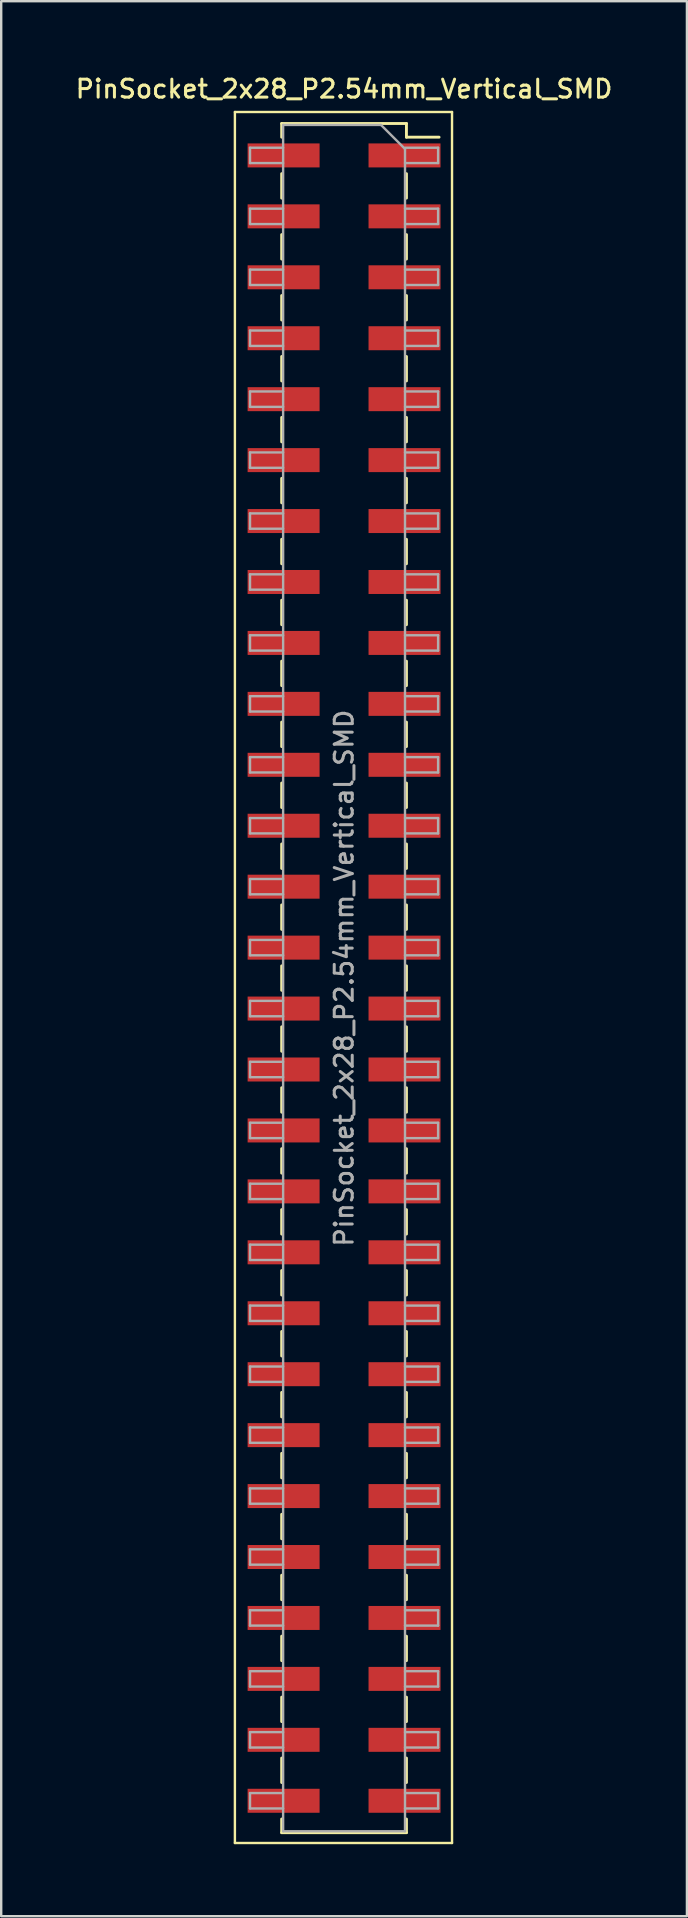
<source format=kicad_pcb>
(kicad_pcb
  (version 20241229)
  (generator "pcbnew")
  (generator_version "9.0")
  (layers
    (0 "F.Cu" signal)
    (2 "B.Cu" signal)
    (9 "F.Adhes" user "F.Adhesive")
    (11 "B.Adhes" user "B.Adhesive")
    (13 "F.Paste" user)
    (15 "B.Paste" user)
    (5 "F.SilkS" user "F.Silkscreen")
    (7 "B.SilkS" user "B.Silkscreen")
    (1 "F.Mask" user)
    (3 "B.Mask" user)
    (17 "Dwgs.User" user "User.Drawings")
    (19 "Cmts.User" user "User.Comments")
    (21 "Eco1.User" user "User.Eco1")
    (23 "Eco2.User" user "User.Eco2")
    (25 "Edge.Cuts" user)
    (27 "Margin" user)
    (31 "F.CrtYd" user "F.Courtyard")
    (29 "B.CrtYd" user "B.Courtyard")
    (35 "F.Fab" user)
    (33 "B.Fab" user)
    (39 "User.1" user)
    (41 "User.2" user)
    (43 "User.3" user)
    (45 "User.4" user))
  (footprint "PinSocket_2x28_P2.54mm_Vertical_SMD"
    (layer "F.Cu")
    (at 11.291 37.718)
    (property "Reference" "PinSocket_2x28_P2.54mm_Vertical_SMD" (at 0 -37.06 0) (layer "F.SilkS") (effects (font (size 0.75 0.75) (thickness 0.125))))
    (attr smd)
    (fp_line (start -4.55 -36.1) (end 4.5 -36.1) (stroke (width 0.1) (type solid)) (layer "F.SilkS"))
    (fp_line (start -4.55 36.05) (end -4.55 -36.1) (stroke (width 0.1) (type solid)) (layer "F.SilkS"))
    (fp_line (start -2.6 -35.62) (end -2.6 -35.05) (stroke (width 0.12) (type solid)) (layer "F.SilkS"))
    (fp_line (start -2.6 -35.62) (end 2.6 -35.62) (stroke (width 0.12) (type solid)) (layer "F.SilkS"))
    (fp_line (start -2.6 -33.53) (end -2.6 -32.51) (stroke (width 0.12) (type solid)) (layer "F.SilkS"))
    (fp_line (start -2.6 -30.99) (end -2.6 -29.97) (stroke (width 0.12) (type solid)) (layer "F.SilkS"))
    (fp_line (start -2.6 -28.45) (end -2.6 -27.43) (stroke (width 0.12) (type solid)) (layer "F.SilkS"))
    (fp_line (start -2.6 -25.91) (end -2.6 -24.89) (stroke (width 0.12) (type solid)) (layer "F.SilkS"))
    (fp_line (start -2.6 -23.37) (end -2.6 -22.35) (stroke (width 0.12) (type solid)) (layer "F.SilkS"))
    (fp_line (start -2.6 -20.83) (end -2.6 -19.81) (stroke (width 0.12) (type solid)) (layer "F.SilkS"))
    (fp_line (start -2.6 -18.29) (end -2.6 -17.27) (stroke (width 0.12) (type solid)) (layer "F.SilkS"))
    (fp_line (start -2.6 -15.75) (end -2.6 -14.73) (stroke (width 0.12) (type solid)) (layer "F.SilkS"))
    (fp_line (start -2.6 -13.21) (end -2.6 -12.19) (stroke (width 0.12) (type solid)) (layer "F.SilkS"))
    (fp_line (start -2.6 -10.67) (end -2.6 -9.65) (stroke (width 0.12) (type solid)) (layer "F.SilkS"))
    (fp_line (start -2.6 -8.13) (end -2.6 -7.11) (stroke (width 0.12) (type solid)) (layer "F.SilkS"))
    (fp_line (start -2.6 -5.59) (end -2.6 -4.57) (stroke (width 0.12) (type solid)) (layer "F.SilkS"))
    (fp_line (start -2.6 -3.05) (end -2.6 -2.03) (stroke (width 0.12) (type solid)) (layer "F.SilkS"))
    (fp_line (start -2.6 -0.51) (end -2.6 0.51) (stroke (width 0.12) (type solid)) (layer "F.SilkS"))
    (fp_line (start -2.6 2.03) (end -2.6 3.05) (stroke (width 0.12) (type solid)) (layer "F.SilkS"))
    (fp_line (start -2.6 4.57) (end -2.6 5.59) (stroke (width 0.12) (type solid)) (layer "F.SilkS"))
    (fp_line (start -2.6 7.11) (end -2.6 8.13) (stroke (width 0.12) (type solid)) (layer "F.SilkS"))
    (fp_line (start -2.6 9.65) (end -2.6 10.67) (stroke (width 0.12) (type solid)) (layer "F.SilkS"))
    (fp_line (start -2.6 12.19) (end -2.6 13.21) (stroke (width 0.12) (type solid)) (layer "F.SilkS"))
    (fp_line (start -2.6 14.73) (end -2.6 15.75) (stroke (width 0.12) (type solid)) (layer "F.SilkS"))
    (fp_line (start -2.6 17.27) (end -2.6 18.29) (stroke (width 0.12) (type solid)) (layer "F.SilkS"))
    (fp_line (start -2.6 19.81) (end -2.6 20.83) (stroke (width 0.12) (type solid)) (layer "F.SilkS"))
    (fp_line (start -2.6 22.35) (end -2.6 23.37) (stroke (width 0.12) (type solid)) (layer "F.SilkS"))
    (fp_line (start -2.6 24.89) (end -2.6 25.91) (stroke (width 0.12) (type solid)) (layer "F.SilkS"))
    (fp_line (start -2.6 27.43) (end -2.6 28.45) (stroke (width 0.12) (type solid)) (layer "F.SilkS"))
    (fp_line (start -2.6 29.97) (end -2.6 30.99) (stroke (width 0.12) (type solid)) (layer "F.SilkS"))
    (fp_line (start -2.6 32.51) (end -2.6 33.53) (stroke (width 0.12) (type solid)) (layer "F.SilkS"))
    (fp_line (start -2.6 35.05) (end -2.6 35.62) (stroke (width 0.12) (type solid)) (layer "F.SilkS"))
    (fp_line (start -2.6 35.62) (end 2.6 35.62) (stroke (width 0.12) (type solid)) (layer "F.SilkS"))
    (fp_line (start 2.6 -35.62) (end 2.6 -35.05) (stroke (width 0.12) (type solid)) (layer "F.SilkS"))
    (fp_line (start 2.6 -35.05) (end 3.96 -35.05) (stroke (width 0.12) (type solid)) (layer "F.SilkS"))
    (fp_line (start 2.6 -33.53) (end 2.6 -32.51) (stroke (width 0.12) (type solid)) (layer "F.SilkS"))
    (fp_line (start 2.6 -30.99) (end 2.6 -29.97) (stroke (width 0.12) (type solid)) (layer "F.SilkS"))
    (fp_line (start 2.6 -28.45) (end 2.6 -27.43) (stroke (width 0.12) (type solid)) (layer "F.SilkS"))
    (fp_line (start 2.6 -25.91) (end 2.6 -24.89) (stroke (width 0.12) (type solid)) (layer "F.SilkS"))
    (fp_line (start 2.6 -23.37) (end 2.6 -22.35) (stroke (width 0.12) (type solid)) (layer "F.SilkS"))
    (fp_line (start 2.6 -20.83) (end 2.6 -19.81) (stroke (width 0.12) (type solid)) (layer "F.SilkS"))
    (fp_line (start 2.6 -18.29) (end 2.6 -17.27) (stroke (width 0.12) (type solid)) (layer "F.SilkS"))
    (fp_line (start 2.6 -15.75) (end 2.6 -14.73) (stroke (width 0.12) (type solid)) (layer "F.SilkS"))
    (fp_line (start 2.6 -13.21) (end 2.6 -12.19) (stroke (width 0.12) (type solid)) (layer "F.SilkS"))
    (fp_line (start 2.6 -10.67) (end 2.6 -9.65) (stroke (width 0.12) (type solid)) (layer "F.SilkS"))
    (fp_line (start 2.6 -8.13) (end 2.6 -7.11) (stroke (width 0.12) (type solid)) (layer "F.SilkS"))
    (fp_line (start 2.6 -5.59) (end 2.6 -4.57) (stroke (width 0.12) (type solid)) (layer "F.SilkS"))
    (fp_line (start 2.6 -3.05) (end 2.6 -2.03) (stroke (width 0.12) (type solid)) (layer "F.SilkS"))
    (fp_line (start 2.6 -0.51) (end 2.6 0.51) (stroke (width 0.12) (type solid)) (layer "F.SilkS"))
    (fp_line (start 2.6 2.03) (end 2.6 3.05) (stroke (width 0.12) (type solid)) (layer "F.SilkS"))
    (fp_line (start 2.6 4.57) (end 2.6 5.59) (stroke (width 0.12) (type solid)) (layer "F.SilkS"))
    (fp_line (start 2.6 7.11) (end 2.6 8.13) (stroke (width 0.12) (type solid)) (layer "F.SilkS"))
    (fp_line (start 2.6 9.65) (end 2.6 10.67) (stroke (width 0.12) (type solid)) (layer "F.SilkS"))
    (fp_line (start 2.6 12.19) (end 2.6 13.21) (stroke (width 0.12) (type solid)) (layer "F.SilkS"))
    (fp_line (start 2.6 14.73) (end 2.6 15.75) (stroke (width 0.12) (type solid)) (layer "F.SilkS"))
    (fp_line (start 2.6 17.27) (end 2.6 18.29) (stroke (width 0.12) (type solid)) (layer "F.SilkS"))
    (fp_line (start 2.6 19.81) (end 2.6 20.83) (stroke (width 0.12) (type solid)) (layer "F.SilkS"))
    (fp_line (start 2.6 22.35) (end 2.6 23.37) (stroke (width 0.12) (type solid)) (layer "F.SilkS"))
    (fp_line (start 2.6 24.89) (end 2.6 25.91) (stroke (width 0.12) (type solid)) (layer "F.SilkS"))
    (fp_line (start 2.6 27.43) (end 2.6 28.45) (stroke (width 0.12) (type solid)) (layer "F.SilkS"))
    (fp_line (start 2.6 29.97) (end 2.6 30.99) (stroke (width 0.12) (type solid)) (layer "F.SilkS"))
    (fp_line (start 2.6 32.51) (end 2.6 33.53) (stroke (width 0.12) (type solid)) (layer "F.SilkS"))
    (fp_line (start 2.6 35.05) (end 2.6 35.62) (stroke (width 0.12) (type solid)) (layer "F.SilkS"))
    (fp_line (start 4.5 -36.1) (end 4.5 36.05) (stroke (width 0.1) (type solid)) (layer "F.SilkS"))
    (fp_line (start 4.5 36.05) (end -4.55 36.05) (stroke (width 0.1) (type solid)) (layer "F.SilkS"))
    (fp_line (start -3.92 -34.61) (end -2.54 -34.61) (stroke (width 0.1) (type solid)) (layer "F.Fab"))
    (fp_line (start -3.92 -33.97) (end -3.92 -34.61) (stroke (width 0.1) (type solid)) (layer "F.Fab"))
    (fp_line (start -3.92 -32.07) (end -2.54 -32.07) (stroke (width 0.1) (type solid)) (layer "F.Fab"))
    (fp_line (start -3.92 -31.43) (end -3.92 -32.07) (stroke (width 0.1) (type solid)) (layer "F.Fab"))
    (fp_line (start -3.92 -29.53) (end -2.54 -29.53) (stroke (width 0.1) (type solid)) (layer "F.Fab"))
    (fp_line (start -3.92 -28.89) (end -3.92 -29.53) (stroke (width 0.1) (type solid)) (layer "F.Fab"))
    (fp_line (start -3.92 -26.99) (end -2.54 -26.99) (stroke (width 0.1) (type solid)) (layer "F.Fab"))
    (fp_line (start -3.92 -26.35) (end -3.92 -26.99) (stroke (width 0.1) (type solid)) (layer "F.Fab"))
    (fp_line (start -3.92 -24.45) (end -2.54 -24.45) (stroke (width 0.1) (type solid)) (layer "F.Fab"))
    (fp_line (start -3.92 -23.81) (end -3.92 -24.45) (stroke (width 0.1) (type solid)) (layer "F.Fab"))
    (fp_line (start -3.92 -21.91) (end -2.54 -21.91) (stroke (width 0.1) (type solid)) (layer "F.Fab"))
    (fp_line (start -3.92 -21.27) (end -3.92 -21.91) (stroke (width 0.1) (type solid)) (layer "F.Fab"))
    (fp_line (start -3.92 -19.37) (end -2.54 -19.37) (stroke (width 0.1) (type solid)) (layer "F.Fab"))
    (fp_line (start -3.92 -18.73) (end -3.92 -19.37) (stroke (width 0.1) (type solid)) (layer "F.Fab"))
    (fp_line (start -3.92 -16.83) (end -2.54 -16.83) (stroke (width 0.1) (type solid)) (layer "F.Fab"))
    (fp_line (start -3.92 -16.19) (end -3.92 -16.83) (stroke (width 0.1) (type solid)) (layer "F.Fab"))
    (fp_line (start -3.92 -14.29) (end -2.54 -14.29) (stroke (width 0.1) (type solid)) (layer "F.Fab"))
    (fp_line (start -3.92 -13.65) (end -3.92 -14.29) (stroke (width 0.1) (type solid)) (layer "F.Fab"))
    (fp_line (start -3.92 -11.75) (end -2.54 -11.75) (stroke (width 0.1) (type solid)) (layer "F.Fab"))
    (fp_line (start -3.92 -11.11) (end -3.92 -11.75) (stroke (width 0.1) (type solid)) (layer "F.Fab"))
    (fp_line (start -3.92 -9.21) (end -2.54 -9.21) (stroke (width 0.1) (type solid)) (layer "F.Fab"))
    (fp_line (start -3.92 -8.57) (end -3.92 -9.21) (stroke (width 0.1) (type solid)) (layer "F.Fab"))
    (fp_line (start -3.92 -6.67) (end -2.54 -6.67) (stroke (width 0.1) (type solid)) (layer "F.Fab"))
    (fp_line (start -3.92 -6.03) (end -3.92 -6.67) (stroke (width 0.1) (type solid)) (layer "F.Fab"))
    (fp_line (start -3.92 -4.13) (end -2.54 -4.13) (stroke (width 0.1) (type solid)) (layer "F.Fab"))
    (fp_line (start -3.92 -3.49) (end -3.92 -4.13) (stroke (width 0.1) (type solid)) (layer "F.Fab"))
    (fp_line (start -3.92 -1.59) (end -2.54 -1.59) (stroke (width 0.1) (type solid)) (layer "F.Fab"))
    (fp_line (start -3.92 -0.95) (end -3.92 -1.59) (stroke (width 0.1) (type solid)) (layer "F.Fab"))
    (fp_line (start -3.92 0.95) (end -2.54 0.95) (stroke (width 0.1) (type solid)) (layer "F.Fab"))
    (fp_line (start -3.92 1.59) (end -3.92 0.95) (stroke (width 0.1) (type solid)) (layer "F.Fab"))
    (fp_line (start -3.92 3.49) (end -2.54 3.49) (stroke (width 0.1) (type solid)) (layer "F.Fab"))
    (fp_line (start -3.92 4.13) (end -3.92 3.49) (stroke (width 0.1) (type solid)) (layer "F.Fab"))
    (fp_line (start -3.92 6.03) (end -2.54 6.03) (stroke (width 0.1) (type solid)) (layer "F.Fab"))
    (fp_line (start -3.92 6.67) (end -3.92 6.03) (stroke (width 0.1) (type solid)) (layer "F.Fab"))
    (fp_line (start -3.92 8.57) (end -2.54 8.57) (stroke (width 0.1) (type solid)) (layer "F.Fab"))
    (fp_line (start -3.92 9.21) (end -3.92 8.57) (stroke (width 0.1) (type solid)) (layer "F.Fab"))
    (fp_line (start -3.92 11.11) (end -2.54 11.11) (stroke (width 0.1) (type solid)) (layer "F.Fab"))
    (fp_line (start -3.92 11.75) (end -3.92 11.11) (stroke (width 0.1) (type solid)) (layer "F.Fab"))
    (fp_line (start -3.92 13.65) (end -2.54 13.65) (stroke (width 0.1) (type solid)) (layer "F.Fab"))
    (fp_line (start -3.92 14.29) (end -3.92 13.65) (stroke (width 0.1) (type solid)) (layer "F.Fab"))
    (fp_line (start -3.92 16.19) (end -2.54 16.19) (stroke (width 0.1) (type solid)) (layer "F.Fab"))
    (fp_line (start -3.92 16.83) (end -3.92 16.19) (stroke (width 0.1) (type solid)) (layer "F.Fab"))
    (fp_line (start -3.92 18.73) (end -2.54 18.73) (stroke (width 0.1) (type solid)) (layer "F.Fab"))
    (fp_line (start -3.92 19.37) (end -3.92 18.73) (stroke (width 0.1) (type solid)) (layer "F.Fab"))
    (fp_line (start -3.92 21.27) (end -2.54 21.27) (stroke (width 0.1) (type solid)) (layer "F.Fab"))
    (fp_line (start -3.92 21.91) (end -3.92 21.27) (stroke (width 0.1) (type solid)) (layer "F.Fab"))
    (fp_line (start -3.92 23.81) (end -2.54 23.81) (stroke (width 0.1) (type solid)) (layer "F.Fab"))
    (fp_line (start -3.92 24.45) (end -3.92 23.81) (stroke (width 0.1) (type solid)) (layer "F.Fab"))
    (fp_line (start -3.92 26.35) (end -2.54 26.35) (stroke (width 0.1) (type solid)) (layer "F.Fab"))
    (fp_line (start -3.92 26.99) (end -3.92 26.35) (stroke (width 0.1) (type solid)) (layer "F.Fab"))
    (fp_line (start -3.92 28.89) (end -2.54 28.89) (stroke (width 0.1) (type solid)) (layer "F.Fab"))
    (fp_line (start -3.92 29.53) (end -3.92 28.89) (stroke (width 0.1) (type solid)) (layer "F.Fab"))
    (fp_line (start -3.92 31.43) (end -2.54 31.43) (stroke (width 0.1) (type solid)) (layer "F.Fab"))
    (fp_line (start -3.92 32.07) (end -3.92 31.43) (stroke (width 0.1) (type solid)) (layer "F.Fab"))
    (fp_line (start -3.92 33.97) (end -2.54 33.97) (stroke (width 0.1) (type solid)) (layer "F.Fab"))
    (fp_line (start -3.92 34.61) (end -3.92 33.97) (stroke (width 0.1) (type solid)) (layer "F.Fab"))
    (fp_line (start -2.54 -35.56) (end 1.54 -35.56) (stroke (width 0.1) (type solid)) (layer "F.Fab"))
    (fp_line (start -2.54 -33.97) (end -3.92 -33.97) (stroke (width 0.1) (type solid)) (layer "F.Fab"))
    (fp_line (start -2.54 -31.43) (end -3.92 -31.43) (stroke (width 0.1) (type solid)) (layer "F.Fab"))
    (fp_line (start -2.54 -28.89) (end -3.92 -28.89) (stroke (width 0.1) (type solid)) (layer "F.Fab"))
    (fp_line (start -2.54 -26.35) (end -3.92 -26.35) (stroke (width 0.1) (type solid)) (layer "F.Fab"))
    (fp_line (start -2.54 -23.81) (end -3.92 -23.81) (stroke (width 0.1) (type solid)) (layer "F.Fab"))
    (fp_line (start -2.54 -21.27) (end -3.92 -21.27) (stroke (width 0.1) (type solid)) (layer "F.Fab"))
    (fp_line (start -2.54 -18.73) (end -3.92 -18.73) (stroke (width 0.1) (type solid)) (layer "F.Fab"))
    (fp_line (start -2.54 -16.19) (end -3.92 -16.19) (stroke (width 0.1) (type solid)) (layer "F.Fab"))
    (fp_line (start -2.54 -13.65) (end -3.92 -13.65) (stroke (width 0.1) (type solid)) (layer "F.Fab"))
    (fp_line (start -2.54 -11.11) (end -3.92 -11.11) (stroke (width 0.1) (type solid)) (layer "F.Fab"))
    (fp_line (start -2.54 -8.57) (end -3.92 -8.57) (stroke (width 0.1) (type solid)) (layer "F.Fab"))
    (fp_line (start -2.54 -6.03) (end -3.92 -6.03) (stroke (width 0.1) (type solid)) (layer "F.Fab"))
    (fp_line (start -2.54 -3.49) (end -3.92 -3.49) (stroke (width 0.1) (type solid)) (layer "F.Fab"))
    (fp_line (start -2.54 -0.95) (end -3.92 -0.95) (stroke (width 0.1) (type solid)) (layer "F.Fab"))
    (fp_line (start -2.54 1.59) (end -3.92 1.59) (stroke (width 0.1) (type solid)) (layer "F.Fab"))
    (fp_line (start -2.54 4.13) (end -3.92 4.13) (stroke (width 0.1) (type solid)) (layer "F.Fab"))
    (fp_line (start -2.54 6.67) (end -3.92 6.67) (stroke (width 0.1) (type solid)) (layer "F.Fab"))
    (fp_line (start -2.54 9.21) (end -3.92 9.21) (stroke (width 0.1) (type solid)) (layer "F.Fab"))
    (fp_line (start -2.54 11.75) (end -3.92 11.75) (stroke (width 0.1) (type solid)) (layer "F.Fab"))
    (fp_line (start -2.54 14.29) (end -3.92 14.29) (stroke (width 0.1) (type solid)) (layer "F.Fab"))
    (fp_line (start -2.54 16.83) (end -3.92 16.83) (stroke (width 0.1) (type solid)) (layer "F.Fab"))
    (fp_line (start -2.54 19.37) (end -3.92 19.37) (stroke (width 0.1) (type solid)) (layer "F.Fab"))
    (fp_line (start -2.54 21.91) (end -3.92 21.91) (stroke (width 0.1) (type solid)) (layer "F.Fab"))
    (fp_line (start -2.54 24.45) (end -3.92 24.45) (stroke (width 0.1) (type solid)) (layer "F.Fab"))
    (fp_line (start -2.54 26.99) (end -3.92 26.99) (stroke (width 0.1) (type solid)) (layer "F.Fab"))
    (fp_line (start -2.54 29.53) (end -3.92 29.53) (stroke (width 0.1) (type solid)) (layer "F.Fab"))
    (fp_line (start -2.54 32.07) (end -3.92 32.07) (stroke (width 0.1) (type solid)) (layer "F.Fab"))
    (fp_line (start -2.54 34.61) (end -3.92 34.61) (stroke (width 0.1) (type solid)) (layer "F.Fab"))
    (fp_line (start -2.54 35.56) (end -2.54 -35.56) (stroke (width 0.1) (type solid)) (layer "F.Fab"))
    (fp_line (start 1.54 -35.56) (end 2.54 -34.56) (stroke (width 0.1) (type solid)) (layer "F.Fab"))
    (fp_line (start 2.54 -34.61) (end 3.92 -34.61) (stroke (width 0.1) (type solid)) (layer "F.Fab"))
    (fp_line (start 2.54 -34.56) (end 2.54 35.56) (stroke (width 0.1) (type solid)) (layer "F.Fab"))
    (fp_line (start 2.54 -32.07) (end 3.92 -32.07) (stroke (width 0.1) (type solid)) (layer "F.Fab"))
    (fp_line (start 2.54 -29.53) (end 3.92 -29.53) (stroke (width 0.1) (type solid)) (layer "F.Fab"))
    (fp_line (start 2.54 -26.99) (end 3.92 -26.99) (stroke (width 0.1) (type solid)) (layer "F.Fab"))
    (fp_line (start 2.54 -24.45) (end 3.92 -24.45) (stroke (width 0.1) (type solid)) (layer "F.Fab"))
    (fp_line (start 2.54 -21.91) (end 3.92 -21.91) (stroke (width 0.1) (type solid)) (layer "F.Fab"))
    (fp_line (start 2.54 -19.37) (end 3.92 -19.37) (stroke (width 0.1) (type solid)) (layer "F.Fab"))
    (fp_line (start 2.54 -16.83) (end 3.92 -16.83) (stroke (width 0.1) (type solid)) (layer "F.Fab"))
    (fp_line (start 2.54 -14.29) (end 3.92 -14.29) (stroke (width 0.1) (type solid)) (layer "F.Fab"))
    (fp_line (start 2.54 -11.75) (end 3.92 -11.75) (stroke (width 0.1) (type solid)) (layer "F.Fab"))
    (fp_line (start 2.54 -9.21) (end 3.92 -9.21) (stroke (width 0.1) (type solid)) (layer "F.Fab"))
    (fp_line (start 2.54 -6.67) (end 3.92 -6.67) (stroke (width 0.1) (type solid)) (layer "F.Fab"))
    (fp_line (start 2.54 -4.13) (end 3.92 -4.13) (stroke (width 0.1) (type solid)) (layer "F.Fab"))
    (fp_line (start 2.54 -1.59) (end 3.92 -1.59) (stroke (width 0.1) (type solid)) (layer "F.Fab"))
    (fp_line (start 2.54 0.95) (end 3.92 0.95) (stroke (width 0.1) (type solid)) (layer "F.Fab"))
    (fp_line (start 2.54 3.49) (end 3.92 3.49) (stroke (width 0.1) (type solid)) (layer "F.Fab"))
    (fp_line (start 2.54 6.03) (end 3.92 6.03) (stroke (width 0.1) (type solid)) (layer "F.Fab"))
    (fp_line (start 2.54 8.57) (end 3.92 8.57) (stroke (width 0.1) (type solid)) (layer "F.Fab"))
    (fp_line (start 2.54 11.11) (end 3.92 11.11) (stroke (width 0.1) (type solid)) (layer "F.Fab"))
    (fp_line (start 2.54 13.65) (end 3.92 13.65) (stroke (width 0.1) (type solid)) (layer "F.Fab"))
    (fp_line (start 2.54 16.19) (end 3.92 16.19) (stroke (width 0.1) (type solid)) (layer "F.Fab"))
    (fp_line (start 2.54 18.73) (end 3.92 18.73) (stroke (width 0.1) (type solid)) (layer "F.Fab"))
    (fp_line (start 2.54 21.27) (end 3.92 21.27) (stroke (width 0.1) (type solid)) (layer "F.Fab"))
    (fp_line (start 2.54 23.81) (end 3.92 23.81) (stroke (width 0.1) (type solid)) (layer "F.Fab"))
    (fp_line (start 2.54 26.35) (end 3.92 26.35) (stroke (width 0.1) (type solid)) (layer "F.Fab"))
    (fp_line (start 2.54 28.89) (end 3.92 28.89) (stroke (width 0.1) (type solid)) (layer "F.Fab"))
    (fp_line (start 2.54 31.43) (end 3.92 31.43) (stroke (width 0.1) (type solid)) (layer "F.Fab"))
    (fp_line (start 2.54 33.97) (end 3.92 33.97) (stroke (width 0.1) (type solid)) (layer "F.Fab"))
    (fp_line (start 2.54 35.56) (end -2.54 35.56) (stroke (width 0.1) (type solid)) (layer "F.Fab"))
    (fp_line (start 3.92 -34.61) (end 3.92 -33.97) (stroke (width 0.1) (type solid)) (layer "F.Fab"))
    (fp_line (start 3.92 -33.97) (end 2.54 -33.97) (stroke (width 0.1) (type solid)) (layer "F.Fab"))
    (fp_line (start 3.92 -32.07) (end 3.92 -31.43) (stroke (width 0.1) (type solid)) (layer "F.Fab"))
    (fp_line (start 3.92 -31.43) (end 2.54 -31.43) (stroke (width 0.1) (type solid)) (layer "F.Fab"))
    (fp_line (start 3.92 -29.53) (end 3.92 -28.89) (stroke (width 0.1) (type solid)) (layer "F.Fab"))
    (fp_line (start 3.92 -28.89) (end 2.54 -28.89) (stroke (width 0.1) (type solid)) (layer "F.Fab"))
    (fp_line (start 3.92 -26.99) (end 3.92 -26.35) (stroke (width 0.1) (type solid)) (layer "F.Fab"))
    (fp_line (start 3.92 -26.35) (end 2.54 -26.35) (stroke (width 0.1) (type solid)) (layer "F.Fab"))
    (fp_line (start 3.92 -24.45) (end 3.92 -23.81) (stroke (width 0.1) (type solid)) (layer "F.Fab"))
    (fp_line (start 3.92 -23.81) (end 2.54 -23.81) (stroke (width 0.1) (type solid)) (layer "F.Fab"))
    (fp_line (start 3.92 -21.91) (end 3.92 -21.27) (stroke (width 0.1) (type solid)) (layer "F.Fab"))
    (fp_line (start 3.92 -21.27) (end 2.54 -21.27) (stroke (width 0.1) (type solid)) (layer "F.Fab"))
    (fp_line (start 3.92 -19.37) (end 3.92 -18.73) (stroke (width 0.1) (type solid)) (layer "F.Fab"))
    (fp_line (start 3.92 -18.73) (end 2.54 -18.73) (stroke (width 0.1) (type solid)) (layer "F.Fab"))
    (fp_line (start 3.92 -16.83) (end 3.92 -16.19) (stroke (width 0.1) (type solid)) (layer "F.Fab"))
    (fp_line (start 3.92 -16.19) (end 2.54 -16.19) (stroke (width 0.1) (type solid)) (layer "F.Fab"))
    (fp_line (start 3.92 -14.29) (end 3.92 -13.65) (stroke (width 0.1) (type solid)) (layer "F.Fab"))
    (fp_line (start 3.92 -13.65) (end 2.54 -13.65) (stroke (width 0.1) (type solid)) (layer "F.Fab"))
    (fp_line (start 3.92 -11.75) (end 3.92 -11.11) (stroke (width 0.1) (type solid)) (layer "F.Fab"))
    (fp_line (start 3.92 -11.11) (end 2.54 -11.11) (stroke (width 0.1) (type solid)) (layer "F.Fab"))
    (fp_line (start 3.92 -9.21) (end 3.92 -8.57) (stroke (width 0.1) (type solid)) (layer "F.Fab"))
    (fp_line (start 3.92 -8.57) (end 2.54 -8.57) (stroke (width 0.1) (type solid)) (layer "F.Fab"))
    (fp_line (start 3.92 -6.67) (end 3.92 -6.03) (stroke (width 0.1) (type solid)) (layer "F.Fab"))
    (fp_line (start 3.92 -6.03) (end 2.54 -6.03) (stroke (width 0.1) (type solid)) (layer "F.Fab"))
    (fp_line (start 3.92 -4.13) (end 3.92 -3.49) (stroke (width 0.1) (type solid)) (layer "F.Fab"))
    (fp_line (start 3.92 -3.49) (end 2.54 -3.49) (stroke (width 0.1) (type solid)) (layer "F.Fab"))
    (fp_line (start 3.92 -1.59) (end 3.92 -0.95) (stroke (width 0.1) (type solid)) (layer "F.Fab"))
    (fp_line (start 3.92 -0.95) (end 2.54 -0.95) (stroke (width 0.1) (type solid)) (layer "F.Fab"))
    (fp_line (start 3.92 0.95) (end 3.92 1.59) (stroke (width 0.1) (type solid)) (layer "F.Fab"))
    (fp_line (start 3.92 1.59) (end 2.54 1.59) (stroke (width 0.1) (type solid)) (layer "F.Fab"))
    (fp_line (start 3.92 3.49) (end 3.92 4.13) (stroke (width 0.1) (type solid)) (layer "F.Fab"))
    (fp_line (start 3.92 4.13) (end 2.54 4.13) (stroke (width 0.1) (type solid)) (layer "F.Fab"))
    (fp_line (start 3.92 6.03) (end 3.92 6.67) (stroke (width 0.1) (type solid)) (layer "F.Fab"))
    (fp_line (start 3.92 6.67) (end 2.54 6.67) (stroke (width 0.1) (type solid)) (layer "F.Fab"))
    (fp_line (start 3.92 8.57) (end 3.92 9.21) (stroke (width 0.1) (type solid)) (layer "F.Fab"))
    (fp_line (start 3.92 9.21) (end 2.54 9.21) (stroke (width 0.1) (type solid)) (layer "F.Fab"))
    (fp_line (start 3.92 11.11) (end 3.92 11.75) (stroke (width 0.1) (type solid)) (layer "F.Fab"))
    (fp_line (start 3.92 11.75) (end 2.54 11.75) (stroke (width 0.1) (type solid)) (layer "F.Fab"))
    (fp_line (start 3.92 13.65) (end 3.92 14.29) (stroke (width 0.1) (type solid)) (layer "F.Fab"))
    (fp_line (start 3.92 14.29) (end 2.54 14.29) (stroke (width 0.1) (type solid)) (layer "F.Fab"))
    (fp_line (start 3.92 16.19) (end 3.92 16.83) (stroke (width 0.1) (type solid)) (layer "F.Fab"))
    (fp_line (start 3.92 16.83) (end 2.54 16.83) (stroke (width 0.1) (type solid)) (layer "F.Fab"))
    (fp_line (start 3.92 18.73) (end 3.92 19.37) (stroke (width 0.1) (type solid)) (layer "F.Fab"))
    (fp_line (start 3.92 19.37) (end 2.54 19.37) (stroke (width 0.1) (type solid)) (layer "F.Fab"))
    (fp_line (start 3.92 21.27) (end 3.92 21.91) (stroke (width 0.1) (type solid)) (layer "F.Fab"))
    (fp_line (start 3.92 21.91) (end 2.54 21.91) (stroke (width 0.1) (type solid)) (layer "F.Fab"))
    (fp_line (start 3.92 23.81) (end 3.92 24.45) (stroke (width 0.1) (type solid)) (layer "F.Fab"))
    (fp_line (start 3.92 24.45) (end 2.54 24.45) (stroke (width 0.1) (type solid)) (layer "F.Fab"))
    (fp_line (start 3.92 26.35) (end 3.92 26.99) (stroke (width 0.1) (type solid)) (layer "F.Fab"))
    (fp_line (start 3.92 26.99) (end 2.54 26.99) (stroke (width 0.1) (type solid)) (layer "F.Fab"))
    (fp_line (start 3.92 28.89) (end 3.92 29.53) (stroke (width 0.1) (type solid)) (layer "F.Fab"))
    (fp_line (start 3.92 29.53) (end 2.54 29.53) (stroke (width 0.1) (type solid)) (layer "F.Fab"))
    (fp_line (start 3.92 31.43) (end 3.92 32.07) (stroke (width 0.1) (type solid)) (layer "F.Fab"))
    (fp_line (start 3.92 32.07) (end 2.54 32.07) (stroke (width 0.1) (type solid)) (layer "F.Fab"))
    (fp_line (start 3.92 33.97) (end 3.92 34.61) (stroke (width 0.1) (type solid)) (layer "F.Fab"))
    (fp_line (start 3.92 34.61) (end 2.54 34.61) (stroke (width 0.1) (type solid)) (layer "F.Fab"))
    (fp_text user "${REFERENCE}" (at 0 0 90) (layer "F.Fab") (effects (font (size 0.75 0.75) (thickness 0.125))))
    (pad "1" smd rect (at 2.52 -34.29) (size 3 1) (layers "F.Cu" "F.Mask" "F.Paste"))
    (pad "2" smd rect (at -2.52 -34.29) (size 3 1) (layers "F.Cu" "F.Mask" "F.Paste"))
    (pad "3" smd rect (at 2.52 -31.75) (size 3 1) (layers "F.Cu" "F.Mask" "F.Paste"))
    (pad "4" smd rect (at -2.52 -31.75) (size 3 1) (layers "F.Cu" "F.Mask" "F.Paste"))
    (pad "5" smd rect (at 2.52 -29.21) (size 3 1) (layers "F.Cu" "F.Mask" "F.Paste"))
    (pad "6" smd rect (at -2.52 -29.21) (size 3 1) (layers "F.Cu" "F.Mask" "F.Paste"))
    (pad "7" smd rect (at 2.52 -26.67) (size 3 1) (layers "F.Cu" "F.Mask" "F.Paste"))
    (pad "8" smd rect (at -2.52 -26.67) (size 3 1) (layers "F.Cu" "F.Mask" "F.Paste"))
    (pad "9" smd rect (at 2.52 -24.13) (size 3 1) (layers "F.Cu" "F.Mask" "F.Paste"))
    (pad "10" smd rect (at -2.52 -24.13) (size 3 1) (layers "F.Cu" "F.Mask" "F.Paste"))
    (pad "11" smd rect (at 2.52 -21.59) (size 3 1) (layers "F.Cu" "F.Mask" "F.Paste"))
    (pad "12" smd rect (at -2.52 -21.59) (size 3 1) (layers "F.Cu" "F.Mask" "F.Paste"))
    (pad "13" smd rect (at 2.52 -19.05) (size 3 1) (layers "F.Cu" "F.Mask" "F.Paste"))
    (pad "14" smd rect (at -2.52 -19.05) (size 3 1) (layers "F.Cu" "F.Mask" "F.Paste"))
    (pad "15" smd rect (at 2.52 -16.51) (size 3 1) (layers "F.Cu" "F.Mask" "F.Paste"))
    (pad "16" smd rect (at -2.52 -16.51) (size 3 1) (layers "F.Cu" "F.Mask" "F.Paste"))
    (pad "17" smd rect (at 2.52 -13.97) (size 3 1) (layers "F.Cu" "F.Mask" "F.Paste"))
    (pad "18" smd rect (at -2.52 -13.97) (size 3 1) (layers "F.Cu" "F.Mask" "F.Paste"))
    (pad "19" smd rect (at 2.52 -11.43) (size 3 1) (layers "F.Cu" "F.Mask" "F.Paste"))
    (pad "20" smd rect (at -2.52 -11.43) (size 3 1) (layers "F.Cu" "F.Mask" "F.Paste"))
    (pad "21" smd rect (at 2.52 -8.89) (size 3 1) (layers "F.Cu" "F.Mask" "F.Paste"))
    (pad "22" smd rect (at -2.52 -8.89) (size 3 1) (layers "F.Cu" "F.Mask" "F.Paste"))
    (pad "23" smd rect (at 2.52 -6.35) (size 3 1) (layers "F.Cu" "F.Mask" "F.Paste"))
    (pad "24" smd rect (at -2.52 -6.35) (size 3 1) (layers "F.Cu" "F.Mask" "F.Paste"))
    (pad "25" smd rect (at 2.52 -3.81) (size 3 1) (layers "F.Cu" "F.Mask" "F.Paste"))
    (pad "26" smd rect (at -2.52 -3.81) (size 3 1) (layers "F.Cu" "F.Mask" "F.Paste"))
    (pad "27" smd rect (at 2.52 -1.27) (size 3 1) (layers "F.Cu" "F.Mask" "F.Paste"))
    (pad "28" smd rect (at -2.52 -1.27) (size 3 1) (layers "F.Cu" "F.Mask" "F.Paste"))
    (pad "29" smd rect (at 2.52 1.27) (size 3 1) (layers "F.Cu" "F.Mask" "F.Paste"))
    (pad "30" smd rect (at -2.52 1.27) (size 3 1) (layers "F.Cu" "F.Mask" "F.Paste"))
    (pad "31" smd rect (at 2.52 3.81) (size 3 1) (layers "F.Cu" "F.Mask" "F.Paste"))
    (pad "32" smd rect (at -2.52 3.81) (size 3 1) (layers "F.Cu" "F.Mask" "F.Paste"))
    (pad "33" smd rect (at 2.52 6.35) (size 3 1) (layers "F.Cu" "F.Mask" "F.Paste"))
    (pad "34" smd rect (at -2.52 6.35) (size 3 1) (layers "F.Cu" "F.Mask" "F.Paste"))
    (pad "35" smd rect (at 2.52 8.89) (size 3 1) (layers "F.Cu" "F.Mask" "F.Paste"))
    (pad "36" smd rect (at -2.52 8.89) (size 3 1) (layers "F.Cu" "F.Mask" "F.Paste"))
    (pad "37" smd rect (at 2.52 11.43) (size 3 1) (layers "F.Cu" "F.Mask" "F.Paste"))
    (pad "38" smd rect (at -2.52 11.43) (size 3 1) (layers "F.Cu" "F.Mask" "F.Paste"))
    (pad "39" smd rect (at 2.52 13.97) (size 3 1) (layers "F.Cu" "F.Mask" "F.Paste"))
    (pad "40" smd rect (at -2.52 13.97) (size 3 1) (layers "F.Cu" "F.Mask" "F.Paste"))
    (pad "41" smd rect (at 2.52 16.51) (size 3 1) (layers "F.Cu" "F.Mask" "F.Paste"))
    (pad "42" smd rect (at -2.52 16.51) (size 3 1) (layers "F.Cu" "F.Mask" "F.Paste"))
    (pad "43" smd rect (at 2.52 19.05) (size 3 1) (layers "F.Cu" "F.Mask" "F.Paste"))
    (pad "44" smd rect (at -2.52 19.05) (size 3 1) (layers "F.Cu" "F.Mask" "F.Paste"))
    (pad "45" smd rect (at 2.52 21.59) (size 3 1) (layers "F.Cu" "F.Mask" "F.Paste"))
    (pad "46" smd rect (at -2.52 21.59) (size 3 1) (layers "F.Cu" "F.Mask" "F.Paste"))
    (pad "47" smd rect (at 2.52 24.13) (size 3 1) (layers "F.Cu" "F.Mask" "F.Paste"))
    (pad "48" smd rect (at -2.52 24.13) (size 3 1) (layers "F.Cu" "F.Mask" "F.Paste"))
    (pad "49" smd rect (at 2.52 26.67) (size 3 1) (layers "F.Cu" "F.Mask" "F.Paste"))
    (pad "50" smd rect (at -2.52 26.67) (size 3 1) (layers "F.Cu" "F.Mask" "F.Paste"))
    (pad "51" smd rect (at 2.52 29.21) (size 3 1) (layers "F.Cu" "F.Mask" "F.Paste"))
    (pad "52" smd rect (at -2.52 29.21) (size 3 1) (layers "F.Cu" "F.Mask" "F.Paste"))
    (pad "53" smd rect (at 2.52 31.75) (size 3 1) (layers "F.Cu" "F.Mask" "F.Paste"))
    (pad "54" smd rect (at -2.52 31.75) (size 3 1) (layers "F.Cu" "F.Mask" "F.Paste"))
    (pad "55" smd rect (at 2.52 34.29) (size 3 1) (layers "F.Cu" "F.Mask" "F.Paste"))
    (pad "56" smd rect (at -2.52 34.29) (size 3 1) (layers "F.Cu" "F.Mask" "F.Paste")))
  (gr_rect
    (start -3 -3)
    (end 25.582 76.818)
    (stroke (width 0.1) (type default))
    (fill no)
    (layer "Edge.Cuts")))
</source>
